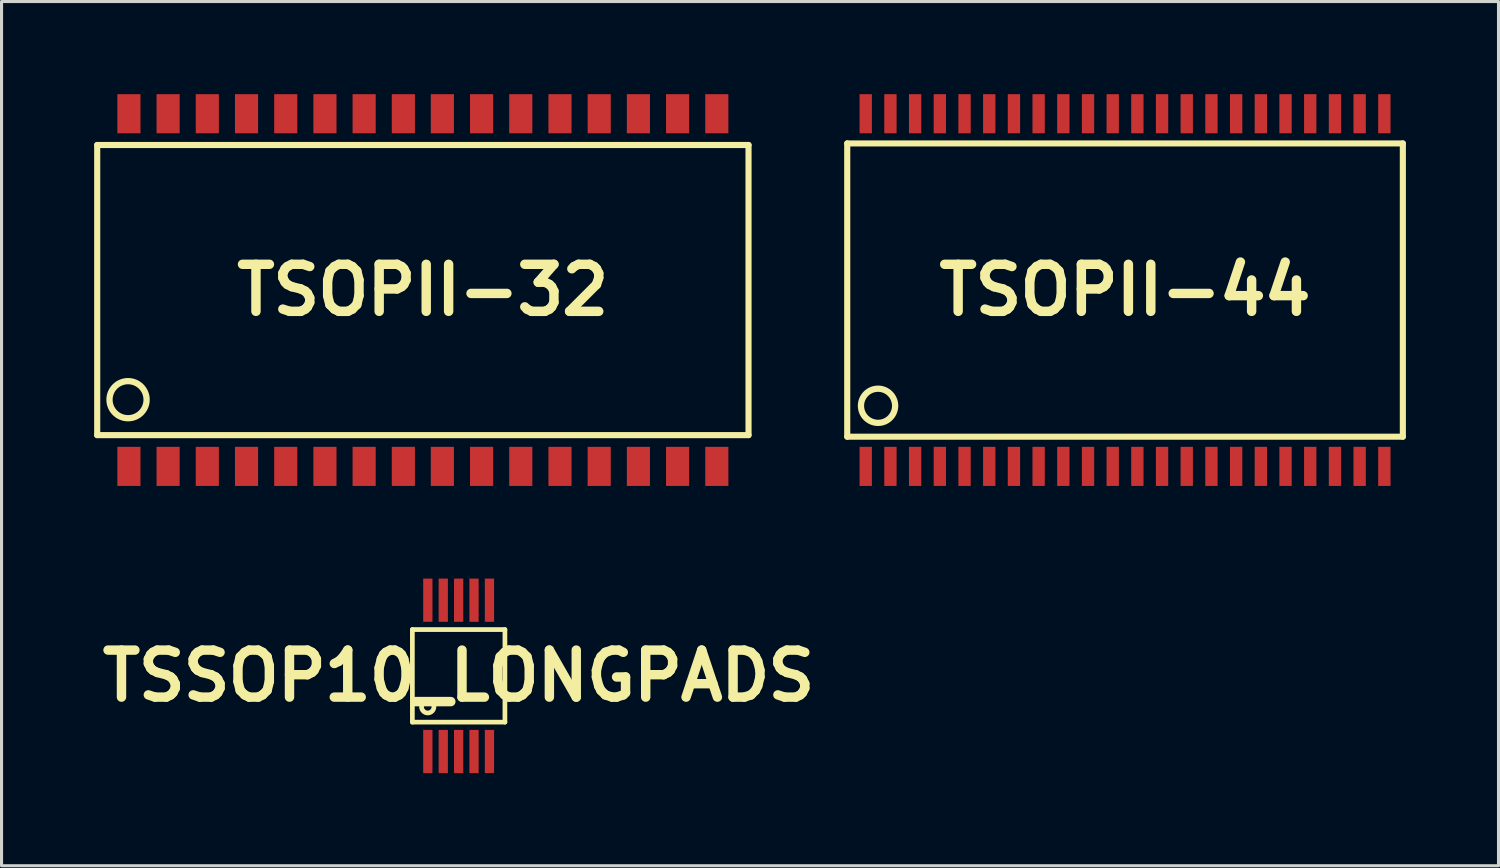
<source format=kicad_pcb>
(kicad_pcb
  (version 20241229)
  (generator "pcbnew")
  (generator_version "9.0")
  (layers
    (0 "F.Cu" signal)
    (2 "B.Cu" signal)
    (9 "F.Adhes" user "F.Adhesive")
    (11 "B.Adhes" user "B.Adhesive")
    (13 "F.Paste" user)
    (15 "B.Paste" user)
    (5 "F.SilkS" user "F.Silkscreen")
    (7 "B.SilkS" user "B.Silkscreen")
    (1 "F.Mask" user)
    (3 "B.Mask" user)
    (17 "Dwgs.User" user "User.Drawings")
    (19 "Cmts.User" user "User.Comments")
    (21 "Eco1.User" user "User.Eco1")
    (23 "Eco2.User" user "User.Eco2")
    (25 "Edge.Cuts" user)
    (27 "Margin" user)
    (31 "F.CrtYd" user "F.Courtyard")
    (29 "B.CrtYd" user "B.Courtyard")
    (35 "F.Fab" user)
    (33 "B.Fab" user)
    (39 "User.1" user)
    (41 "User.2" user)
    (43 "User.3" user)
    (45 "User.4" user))
  (footprint "TSSOP10_LONGPADS"
    (layer "F.Cu")
    (at 11.807 18.843)
    (property "Reference" "TSSOP10_LONGPADS" (at 0 0 0) (layer "F.SilkS") (effects (font (size 1.524 1.524) (thickness 0.305))))
    (attr through_hole)
    (fp_line (start -1.499 -1.499) (end -1.499 1.499) (stroke (width 0.152) (type solid)) (layer "F.SilkS"))
    (fp_line (start -1.499 -1.499) (end 1.499 -1.499) (stroke (width 0.152) (type solid)) (layer "F.SilkS"))
    (fp_line (start -1.499 1.499) (end 1.499 1.499) (stroke (width 0.152) (type solid)) (layer "F.SilkS"))
    (fp_line (start 1.499 -1.499) (end 1.499 1.499) (stroke (width 0.152) (type solid)) (layer "F.SilkS"))
    (fp_circle (center -1.001 1.001) (end -0.8 1.001) (stroke (width 0.152) (type solid)) (fill no) (layer "F.SilkS"))
    (pad "1" smd rect (at -0.998 2.451 180) (size 0.3 1.4) (layers "F.Cu" "F.Mask" "F.Paste"))
    (pad "2" smd rect (at -0.498 2.451 180) (size 0.3 1.4) (layers "F.Cu" "F.Mask" "F.Paste"))
    (pad "3" smd rect (at 0 2.451 180) (size 0.3 1.4) (layers "F.Cu" "F.Mask" "F.Paste"))
    (pad "4" smd rect (at 0.498 2.451 180) (size 0.3 1.4) (layers "F.Cu" "F.Mask" "F.Paste"))
    (pad "5" smd rect (at 0.998 2.451 180) (size 0.3 1.4) (layers "F.Cu" "F.Mask" "F.Paste"))
    (pad "6" smd rect (at 0.998 -2.451) (size 0.3 1.4) (layers "F.Cu" "F.Mask" "F.Paste"))
    (pad "7" smd rect (at 0.498 -2.451) (size 0.3 1.4) (layers "F.Cu" "F.Mask" "F.Paste"))
    (pad "8" smd rect (at 0 -2.451) (size 0.3 1.4) (layers "F.Cu" "F.Mask" "F.Paste"))
    (pad "9" smd rect (at -0.498 -2.451) (size 0.3 1.4) (layers "F.Cu" "F.Mask" "F.Paste"))
    (pad "10" smd rect (at -0.998 -2.451) (size 0.3 1.4) (layers "F.Cu" "F.Mask" "F.Paste")))
  (footprint "TSOPII-44"
    (layer "F.Cu")
    (at 33.394 6.346)
    (property "Reference" "TSOPII-44" (at 0 0 0) (layer "F.SilkS") (effects (font (size 1.524 1.524) (thickness 0.305))))
    (attr through_hole)
    (fp_line (start -8.999 -4.75) (end -8.999 4.75) (stroke (width 0.198) (type solid)) (layer "F.SilkS"))
    (fp_line (start -8.999 -4.75) (end 8.999 -4.75) (stroke (width 0.198) (type solid)) (layer "F.SilkS"))
    (fp_line (start -8.999 4.75) (end 8.999 4.75) (stroke (width 0.198) (type solid)) (layer "F.SilkS"))
    (fp_line (start 8.999 -4.75) (end 8.999 4.75) (stroke (width 0.198) (type solid)) (layer "F.SilkS"))
    (fp_circle (center -8.001 3.749) (end -7.45 3.8) (stroke (width 0.203) (type solid)) (fill no) (layer "F.SilkS"))
    (pad "1" smd rect (at -8.4 5.712 180) (size 0.399 1.267) (layers "F.Cu" "F.Mask" "F.Paste"))
    (pad "2" smd rect (at -7.6 5.712 180) (size 0.399 1.267) (layers "F.Cu" "F.Mask" "F.Paste"))
    (pad "3" smd rect (at -6.8 5.712 180) (size 0.399 1.267) (layers "F.Cu" "F.Mask" "F.Paste"))
    (pad "4" smd rect (at -5.999 5.712 180) (size 0.399 1.267) (layers "F.Cu" "F.Mask" "F.Paste"))
    (pad "5" smd rect (at -5.199 5.712 180) (size 0.399 1.267) (layers "F.Cu" "F.Mask" "F.Paste"))
    (pad "6" smd rect (at -4.399 5.712 180) (size 0.399 1.267) (layers "F.Cu" "F.Mask" "F.Paste"))
    (pad "7" smd rect (at -3.599 5.712 180) (size 0.399 1.267) (layers "F.Cu" "F.Mask" "F.Paste"))
    (pad "8" smd rect (at -2.799 5.712 180) (size 0.399 1.267) (layers "F.Cu" "F.Mask" "F.Paste"))
    (pad "9" smd rect (at -1.999 5.712 180) (size 0.399 1.267) (layers "F.Cu" "F.Mask" "F.Paste"))
    (pad "10" smd rect (at -1.199 5.712 180) (size 0.399 1.267) (layers "F.Cu" "F.Mask" "F.Paste"))
    (pad "11" smd rect (at -0.399 5.712 180) (size 0.399 1.267) (layers "F.Cu" "F.Mask" "F.Paste"))
    (pad "12" smd rect (at 0.399 5.712 180) (size 0.399 1.267) (layers "F.Cu" "F.Mask" "F.Paste"))
    (pad "13" smd rect (at 1.199 5.712 180) (size 0.399 1.267) (layers "F.Cu" "F.Mask" "F.Paste"))
    (pad "14" smd rect (at 1.999 5.712 180) (size 0.399 1.267) (layers "F.Cu" "F.Mask" "F.Paste"))
    (pad "15" smd rect (at 2.799 5.712 180) (size 0.399 1.267) (layers "F.Cu" "F.Mask" "F.Paste"))
    (pad "16" smd rect (at 3.599 5.712 180) (size 0.399 1.267) (layers "F.Cu" "F.Mask" "F.Paste"))
    (pad "17" smd rect (at 4.399 5.712 180) (size 0.399 1.267) (layers "F.Cu" "F.Mask" "F.Paste"))
    (pad "18" smd rect (at 5.199 5.712 180) (size 0.399 1.267) (layers "F.Cu" "F.Mask" "F.Paste"))
    (pad "19" smd rect (at 5.999 5.712 180) (size 0.399 1.267) (layers "F.Cu" "F.Mask" "F.Paste"))
    (pad "20" smd rect (at 6.8 5.712 180) (size 0.399 1.267) (layers "F.Cu" "F.Mask" "F.Paste"))
    (pad "21" smd rect (at 7.6 5.712 180) (size 0.399 1.267) (layers "F.Cu" "F.Mask" "F.Paste"))
    (pad "22" smd rect (at 8.4 5.712 180) (size 0.399 1.267) (layers "F.Cu" "F.Mask" "F.Paste"))
    (pad "23" smd rect (at 8.4 -5.712) (size 0.399 1.267) (layers "F.Cu" "F.Mask" "F.Paste"))
    (pad "24" smd rect (at 7.6 -5.712) (size 0.399 1.267) (layers "F.Cu" "F.Mask" "F.Paste"))
    (pad "25" smd rect (at 6.8 -5.712) (size 0.399 1.267) (layers "F.Cu" "F.Mask" "F.Paste"))
    (pad "26" smd rect (at 5.999 -5.712) (size 0.399 1.267) (layers "F.Cu" "F.Mask" "F.Paste"))
    (pad "27" smd rect (at 5.199 -5.712) (size 0.399 1.267) (layers "F.Cu" "F.Mask" "F.Paste"))
    (pad "28" smd rect (at 4.399 -5.712) (size 0.399 1.267) (layers "F.Cu" "F.Mask" "F.Paste"))
    (pad "29" smd rect (at 3.599 -5.712) (size 0.399 1.267) (layers "F.Cu" "F.Mask" "F.Paste"))
    (pad "30" smd rect (at 2.799 -5.712) (size 0.399 1.267) (layers "F.Cu" "F.Mask" "F.Paste"))
    (pad "31" smd rect (at 1.999 -5.712) (size 0.399 1.267) (layers "F.Cu" "F.Mask" "F.Paste"))
    (pad "32" smd rect (at 1.199 -5.712) (size 0.399 1.267) (layers "F.Cu" "F.Mask" "F.Paste"))
    (pad "33" smd rect (at 0.399 -5.712) (size 0.399 1.267) (layers "F.Cu" "F.Mask" "F.Paste"))
    (pad "34" smd rect (at -0.399 -5.712) (size 0.399 1.267) (layers "F.Cu" "F.Mask" "F.Paste"))
    (pad "35" smd rect (at -1.199 -5.712) (size 0.399 1.267) (layers "F.Cu" "F.Mask" "F.Paste"))
    (pad "36" smd rect (at -1.999 -5.712) (size 0.399 1.267) (layers "F.Cu" "F.Mask" "F.Paste"))
    (pad "37" smd rect (at -2.799 -5.712) (size 0.399 1.267) (layers "F.Cu" "F.Mask" "F.Paste"))
    (pad "38" smd rect (at -3.599 -5.712) (size 0.399 1.267) (layers "F.Cu" "F.Mask" "F.Paste"))
    (pad "39" smd rect (at -4.399 -5.712) (size 0.399 1.267) (layers "F.Cu" "F.Mask" "F.Paste"))
    (pad "40" smd rect (at -5.199 -5.712) (size 0.399 1.267) (layers "F.Cu" "F.Mask" "F.Paste"))
    (pad "41" smd rect (at -5.999 -5.712) (size 0.399 1.267) (layers "F.Cu" "F.Mask" "F.Paste"))
    (pad "42" smd rect (at -6.8 -5.712) (size 0.399 1.267) (layers "F.Cu" "F.Mask" "F.Paste"))
    (pad "43" smd rect (at -7.6 -5.712) (size 0.399 1.267) (layers "F.Cu" "F.Mask" "F.Paste"))
    (pad "44" smd rect (at -8.4 -5.712) (size 0.399 1.267) (layers "F.Cu" "F.Mask" "F.Paste")))
  (footprint "TSOPII-32"
    (layer "F.Cu")
    (at 10.648 6.346)
    (property "Reference" "TSOPII-32" (at 0 0 0) (layer "F.SilkS") (effects (font (size 1.524 1.524) (thickness 0.305))))
    (attr through_hole)
    (fp_line (start -10.549 -4.699) (end -10.549 4.699) (stroke (width 0.198) (type solid)) (layer "F.SilkS"))
    (fp_line (start -10.549 -4.699) (end 10.549 -4.699) (stroke (width 0.198) (type solid)) (layer "F.SilkS"))
    (fp_line (start -10.549 4.699) (end 10.549 4.699) (stroke (width 0.198) (type solid)) (layer "F.SilkS"))
    (fp_line (start 10.549 -4.699) (end 10.549 4.699) (stroke (width 0.198) (type solid)) (layer "F.SilkS"))
    (fp_circle (center -9.55 3.551) (end -8.951 3.599) (stroke (width 0.203) (type solid)) (fill no) (layer "F.SilkS"))
    (pad "1" smd rect (at -9.522 5.712 180) (size 0.749 1.267) (layers "F.Cu" "F.Mask" "F.Paste"))
    (pad "2" smd rect (at -8.252 5.712 180) (size 0.749 1.267) (layers "F.Cu" "F.Mask" "F.Paste"))
    (pad "3" smd rect (at -6.982 5.712 180) (size 0.749 1.267) (layers "F.Cu" "F.Mask" "F.Paste"))
    (pad "4" smd rect (at -5.712 5.712 180) (size 0.749 1.267) (layers "F.Cu" "F.Mask" "F.Paste"))
    (pad "5" smd rect (at -4.442 5.712 180) (size 0.749 1.267) (layers "F.Cu" "F.Mask" "F.Paste"))
    (pad "6" smd rect (at -3.172 5.712 180) (size 0.749 1.267) (layers "F.Cu" "F.Mask" "F.Paste"))
    (pad "7" smd rect (at -1.902 5.712 180) (size 0.749 1.267) (layers "F.Cu" "F.Mask" "F.Paste"))
    (pad "8" smd rect (at -0.632 5.712 180) (size 0.749 1.267) (layers "F.Cu" "F.Mask" "F.Paste"))
    (pad "9" smd rect (at 0.632 5.712 180) (size 0.749 1.267) (layers "F.Cu" "F.Mask" "F.Paste"))
    (pad "10" smd rect (at 1.902 5.712 180) (size 0.749 1.267) (layers "F.Cu" "F.Mask" "F.Paste"))
    (pad "11" smd rect (at 3.172 5.712 180) (size 0.749 1.267) (layers "F.Cu" "F.Mask" "F.Paste"))
    (pad "12" smd rect (at 4.442 5.712 180) (size 0.749 1.267) (layers "F.Cu" "F.Mask" "F.Paste"))
    (pad "13" smd rect (at 5.712 5.712 180) (size 0.749 1.267) (layers "F.Cu" "F.Mask" "F.Paste"))
    (pad "14" smd rect (at 6.982 5.712 180) (size 0.749 1.267) (layers "F.Cu" "F.Mask" "F.Paste"))
    (pad "15" smd rect (at 8.252 5.712 180) (size 0.749 1.267) (layers "F.Cu" "F.Mask" "F.Paste"))
    (pad "16" smd rect (at 9.522 5.712 180) (size 0.749 1.267) (layers "F.Cu" "F.Mask" "F.Paste"))
    (pad "17" smd rect (at 9.522 -5.712) (size 0.749 1.267) (layers "F.Cu" "F.Mask" "F.Paste"))
    (pad "18" smd rect (at 8.252 -5.712) (size 0.749 1.267) (layers "F.Cu" "F.Mask" "F.Paste"))
    (pad "19" smd rect (at 6.982 -5.712) (size 0.749 1.267) (layers "F.Cu" "F.Mask" "F.Paste"))
    (pad "20" smd rect (at 5.712 -5.712) (size 0.749 1.267) (layers "F.Cu" "F.Mask" "F.Paste"))
    (pad "21" smd rect (at 4.442 -5.712) (size 0.749 1.267) (layers "F.Cu" "F.Mask" "F.Paste"))
    (pad "22" smd rect (at 3.172 -5.712) (size 0.749 1.267) (layers "F.Cu" "F.Mask" "F.Paste"))
    (pad "23" smd rect (at 1.902 -5.712) (size 0.749 1.267) (layers "F.Cu" "F.Mask" "F.Paste"))
    (pad "24" smd rect (at 0.632 -5.712) (size 0.749 1.267) (layers "F.Cu" "F.Mask" "F.Paste"))
    (pad "25" smd rect (at -0.632 -5.712) (size 0.749 1.267) (layers "F.Cu" "F.Mask" "F.Paste"))
    (pad "26" smd rect (at -1.902 -5.712) (size 0.749 1.267) (layers "F.Cu" "F.Mask" "F.Paste"))
    (pad "27" smd rect (at -3.172 -5.712) (size 0.749 1.267) (layers "F.Cu" "F.Mask" "F.Paste"))
    (pad "28" smd rect (at -4.442 -5.712) (size 0.749 1.267) (layers "F.Cu" "F.Mask" "F.Paste"))
    (pad "29" smd rect (at -5.712 -5.712) (size 0.749 1.267) (layers "F.Cu" "F.Mask" "F.Paste"))
    (pad "30" smd rect (at -6.982 -5.712) (size 0.749 1.267) (layers "F.Cu" "F.Mask" "F.Paste"))
    (pad "31" smd rect (at -8.252 -5.712) (size 0.749 1.267) (layers "F.Cu" "F.Mask" "F.Paste"))
    (pad "32" smd rect (at -9.522 -5.712) (size 0.749 1.267) (layers "F.Cu" "F.Mask" "F.Paste")))
  (gr_rect
    (start -3 -3)
    (end 45.492 24.994)
    (stroke (width 0.1) (type default))
    (fill no)
    (layer "Edge.Cuts")))
</source>
